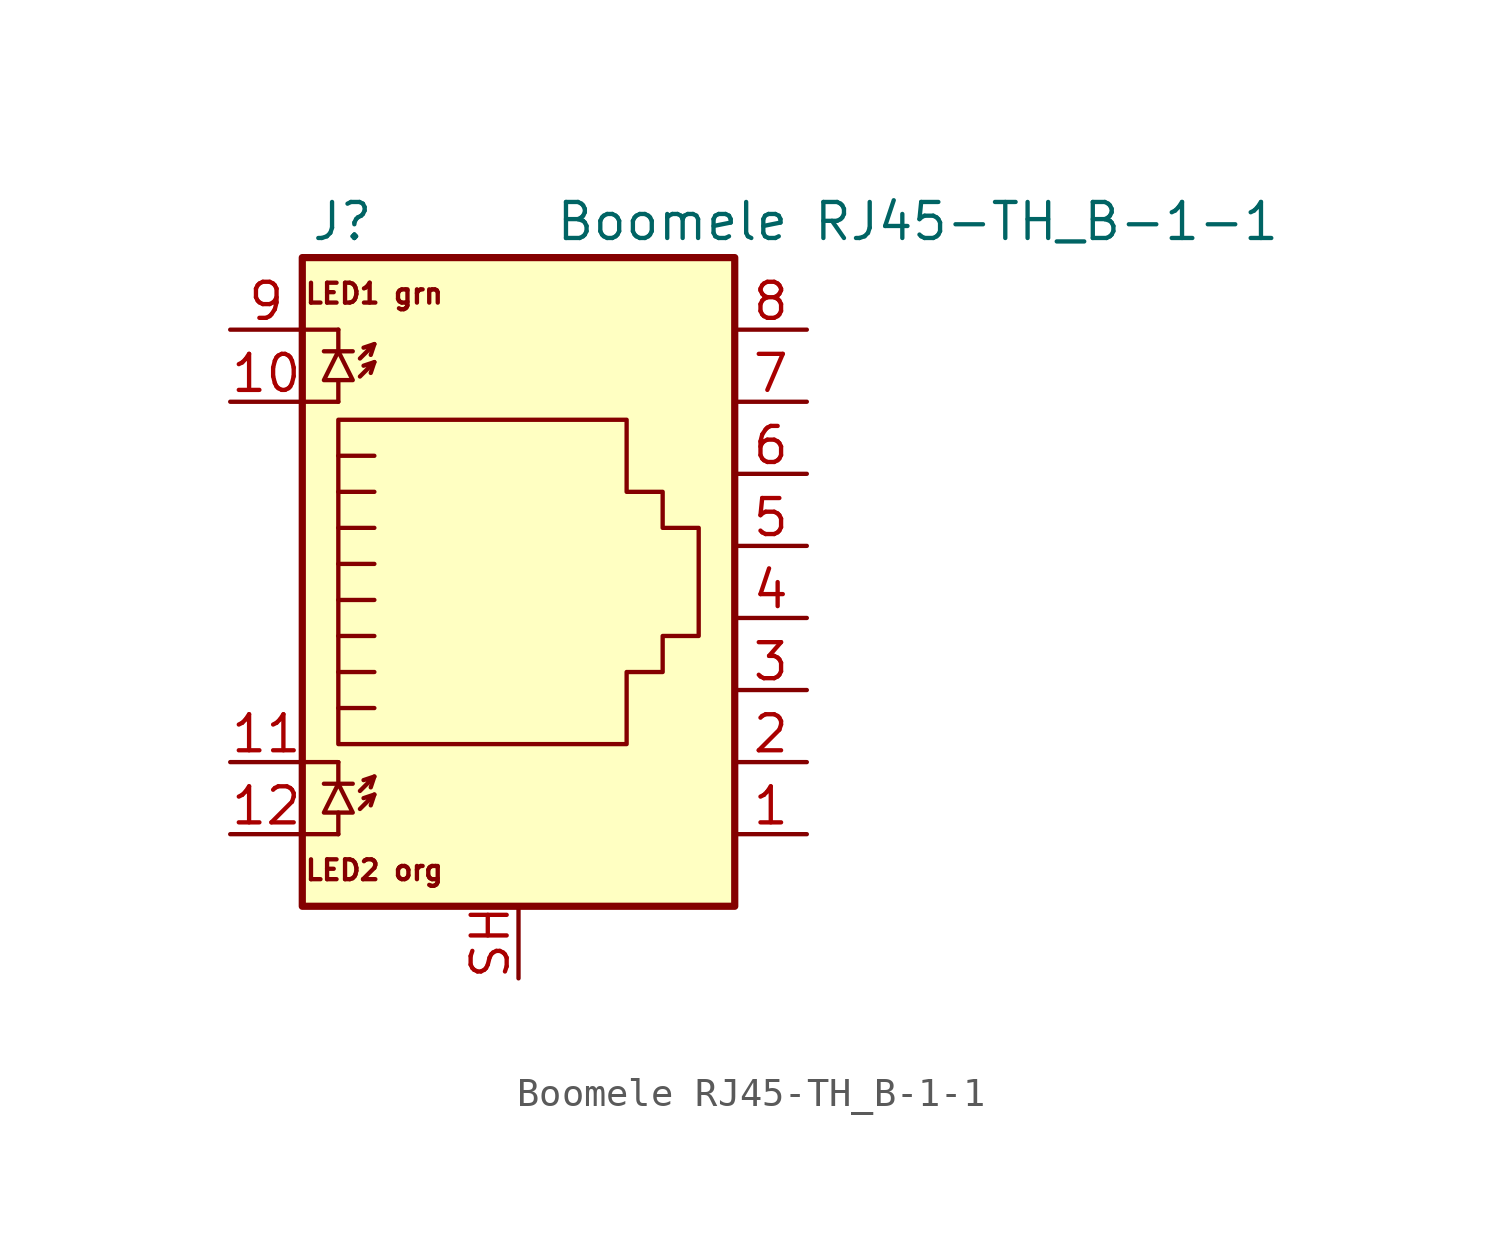
<source format=kicad_sym>
(kicad_symbol_lib
  (version 20220914)
  (generator kicad_symbol_editor)
  (symbol "Boomele RJ45-TH_B-1-1"
    (pin_names
      (offset 1.016))
    (property "Reference" "J"
      (at -5.08 13.97 0)
      (effects (font (size 1.27 1.27)) (justify right)))
    (property "Value" "Boomele RJ45-TH_B-1-1"
      (at 1.27 13.97 0)
      (effects (font (size 1.27 1.27)) (justify left)))
    (symbol "Boomele RJ45-TH_B-1-1_0_1"
      (rectangle (start -7.62 12.7) (end 7.62 -10.16) (stroke (width 0.254) (type default)) (fill (type background)))
      (polyline (pts (xy -7.62 -7.62) (xy -6.35 -7.62)) (stroke (width 0) (type default)) (fill (type none)))
      (polyline (pts (xy -7.62 -5.08) (xy -6.35 -5.08)) (stroke (width 0) (type default)) (fill (type none)))
      (polyline (pts (xy -7.62 7.62) (xy -6.35 7.62)) (stroke (width 0) (type default)) (fill (type none)))
      (polyline (pts (xy -7.62 10.16) (xy -6.35 10.16)) (stroke (width 0) (type default)) (fill (type none)))
      (polyline (pts (xy -6.858 -5.842) (xy -5.842 -5.842)) (stroke (width 0) (type default)) (fill (type none)))
      (polyline (pts (xy -6.858 9.398) (xy -5.842 9.398)) (stroke (width 0) (type default)) (fill (type none)))
      (polyline (pts (xy -6.35 -7.62) (xy -6.35 -6.858)) (stroke (width 0) (type default)) (fill (type none)))
      (polyline (pts (xy -6.35 -5.08) (xy -6.35 -5.842)) (stroke (width 0) (type default)) (fill (type none)))
      (polyline (pts (xy -6.35 7.62) (xy -6.35 8.382)) (stroke (width 0) (type default)) (fill (type none)))
      (polyline (pts (xy -6.35 10.16) (xy -6.35 9.398)) (stroke (width 0) (type default)) (fill (type none)))
      (polyline (pts (xy -5.08 -6.223) (xy -5.207 -6.604)) (stroke (width 0) (type default)) (fill (type none)))
      (polyline (pts (xy -5.08 -5.588) (xy -5.207 -5.969)) (stroke (width 0) (type default)) (fill (type none)))
      (polyline (pts (xy -5.08 4.445) (xy -6.35 4.445)) (stroke (width 0) (type default)) (fill (type none)))
      (polyline (pts (xy -5.08 5.715) (xy -6.35 5.715)) (stroke (width 0) (type default)) (fill (type none)))
      (polyline (pts (xy -5.08 9.017) (xy -5.207 8.636)) (stroke (width 0) (type default)) (fill (type none)))
      (polyline (pts (xy -5.08 9.652) (xy -5.207 9.271)) (stroke (width 0) (type default)) (fill (type none)))
      (polyline (pts (xy -6.35 -3.175) (xy -5.08 -3.175) (xy -5.08 -3.175)) (stroke (width 0) (type default)) (fill (type none)))
      (polyline (pts (xy -6.35 -1.905) (xy -5.08 -1.905) (xy -5.08 -1.905)) (stroke (width 0) (type default)) (fill (type none)))
      (polyline (pts (xy -6.35 -0.635) (xy -5.08 -0.635) (xy -5.08 -0.635)) (stroke (width 0) (type default)) (fill (type none)))
      (polyline (pts (xy -6.35 0.635) (xy -5.08 0.635) (xy -5.08 0.635)) (stroke (width 0) (type default)) (fill (type none)))
      (polyline (pts (xy -6.35 1.905) (xy -5.08 1.905) (xy -5.08 1.905)) (stroke (width 0) (type default)) (fill (type none)))
      (polyline (pts (xy -5.588 -6.731) (xy -5.08 -6.223) (xy -5.461 -6.35)) (stroke (width 0) (type default)) (fill (type none)))
      (polyline (pts (xy -5.588 -6.096) (xy -5.08 -5.588) (xy -5.461 -5.715)) (stroke (width 0) (type default)) (fill (type none)))
      (polyline (pts (xy -5.588 8.509) (xy -5.08 9.017) (xy -5.461 8.89)) (stroke (width 0) (type default)) (fill (type none)))
      (polyline (pts (xy -5.588 9.144) (xy -5.08 9.652) (xy -5.461 9.525)) (stroke (width 0) (type default)) (fill (type none)))
      (polyline (pts (xy -5.08 3.175) (xy -6.35 3.175) (xy -6.35 3.175)) (stroke (width 0) (type default)) (fill (type none)))
      (polyline (pts (xy -6.35 -5.842) (xy -6.858 -6.858) (xy -5.842 -6.858) (xy -6.35 -5.842)) (stroke (width 0) (type default)) (fill (type none)))
      (polyline (pts (xy -6.35 9.398) (xy -6.858 8.382) (xy -5.842 8.382) (xy -6.35 9.398)) (stroke (width 0) (type default)) (fill (type none)))
      (polyline (pts (xy -6.35 -4.445) (xy -6.35 6.985) (xy 3.81 6.985) (xy 3.81 4.445) (xy 5.08 4.445) (xy 5.08 3.175) (xy 6.35 3.175) (xy 6.35 -0.635) (xy 5.08 -0.635) (xy 5.08 -1.905) (xy 3.81 -1.905) (xy 3.81 -4.445) (xy -6.35 -4.445) (xy -6.35 -4.445)) (stroke (width 0) (type default)) (fill (type none))))
    (symbol "Boomele RJ45-TH_B-1-1_1_1"
      (text "LED1 grn" (at -5.08 11.43 0) (effects (font (size 0.7 0.7))))
      (text "LED2 org" (at -5.08 -8.89 0) (effects (font (size 0.7 0.7))))
      (pin passive line (at 10.16 -7.62 180) (length 2.54) (name "~" (effects (font (size 1.27 1.27)))) (number "1" (effects (font (size 1.27 1.27)))))
      (pin passive line (at -10.16 7.62 0) (length 2.54) (name "~" (effects (font (size 1.27 1.27)))) (number "10" (effects (font (size 1.27 1.27)))))
      (pin passive line (at -10.16 -5.08 0) (length 2.54) (name "~" (effects (font (size 1.27 1.27)))) (number "11" (effects (font (size 1.27 1.27)))))
      (pin passive line (at -10.16 -7.62 0) (length 2.54) (name "~" (effects (font (size 1.27 1.27)))) (number "12" (effects (font (size 1.27 1.27)))))
      (pin passive line (at 10.16 -5.08 180) (length 2.54) (name "~" (effects (font (size 1.27 1.27)))) (number "2" (effects (font (size 1.27 1.27)))))
      (pin passive line (at 10.16 -2.54 180) (length 2.54) (name "~" (effects (font (size 1.27 1.27)))) (number "3" (effects (font (size 1.27 1.27)))))
      (pin passive line (at 10.16 0 180) (length 2.54) (name "~" (effects (font (size 1.27 1.27)))) (number "4" (effects (font (size 1.27 1.27)))))
      (pin passive line (at 10.16 2.54 180) (length 2.54) (name "~" (effects (font (size 1.27 1.27)))) (number "5" (effects (font (size 1.27 1.27)))))
      (pin passive line (at 10.16 5.08 180) (length 2.54) (name "~" (effects (font (size 1.27 1.27)))) (number "6" (effects (font (size 1.27 1.27)))))
      (pin passive line (at 10.16 7.62 180) (length 2.54) (name "~" (effects (font (size 1.27 1.27)))) (number "7" (effects (font (size 1.27 1.27)))))
      (pin passive line (at 10.16 10.16 180) (length 2.54) (name "~" (effects (font (size 1.27 1.27)))) (number "8" (effects (font (size 1.27 1.27)))))
      (pin passive line (at -10.16 10.16 0) (length 2.54) (name "~" (effects (font (size 1.27 1.27)))) (number "9" (effects (font (size 1.27 1.27)))))
      (pin passive line (at 0 -12.7 90) (length 2.54) (name "~" (effects (font (size 1.27 1.27)))) (number "SH" (effects (font (size 1.27 1.27))))))))
</source>
